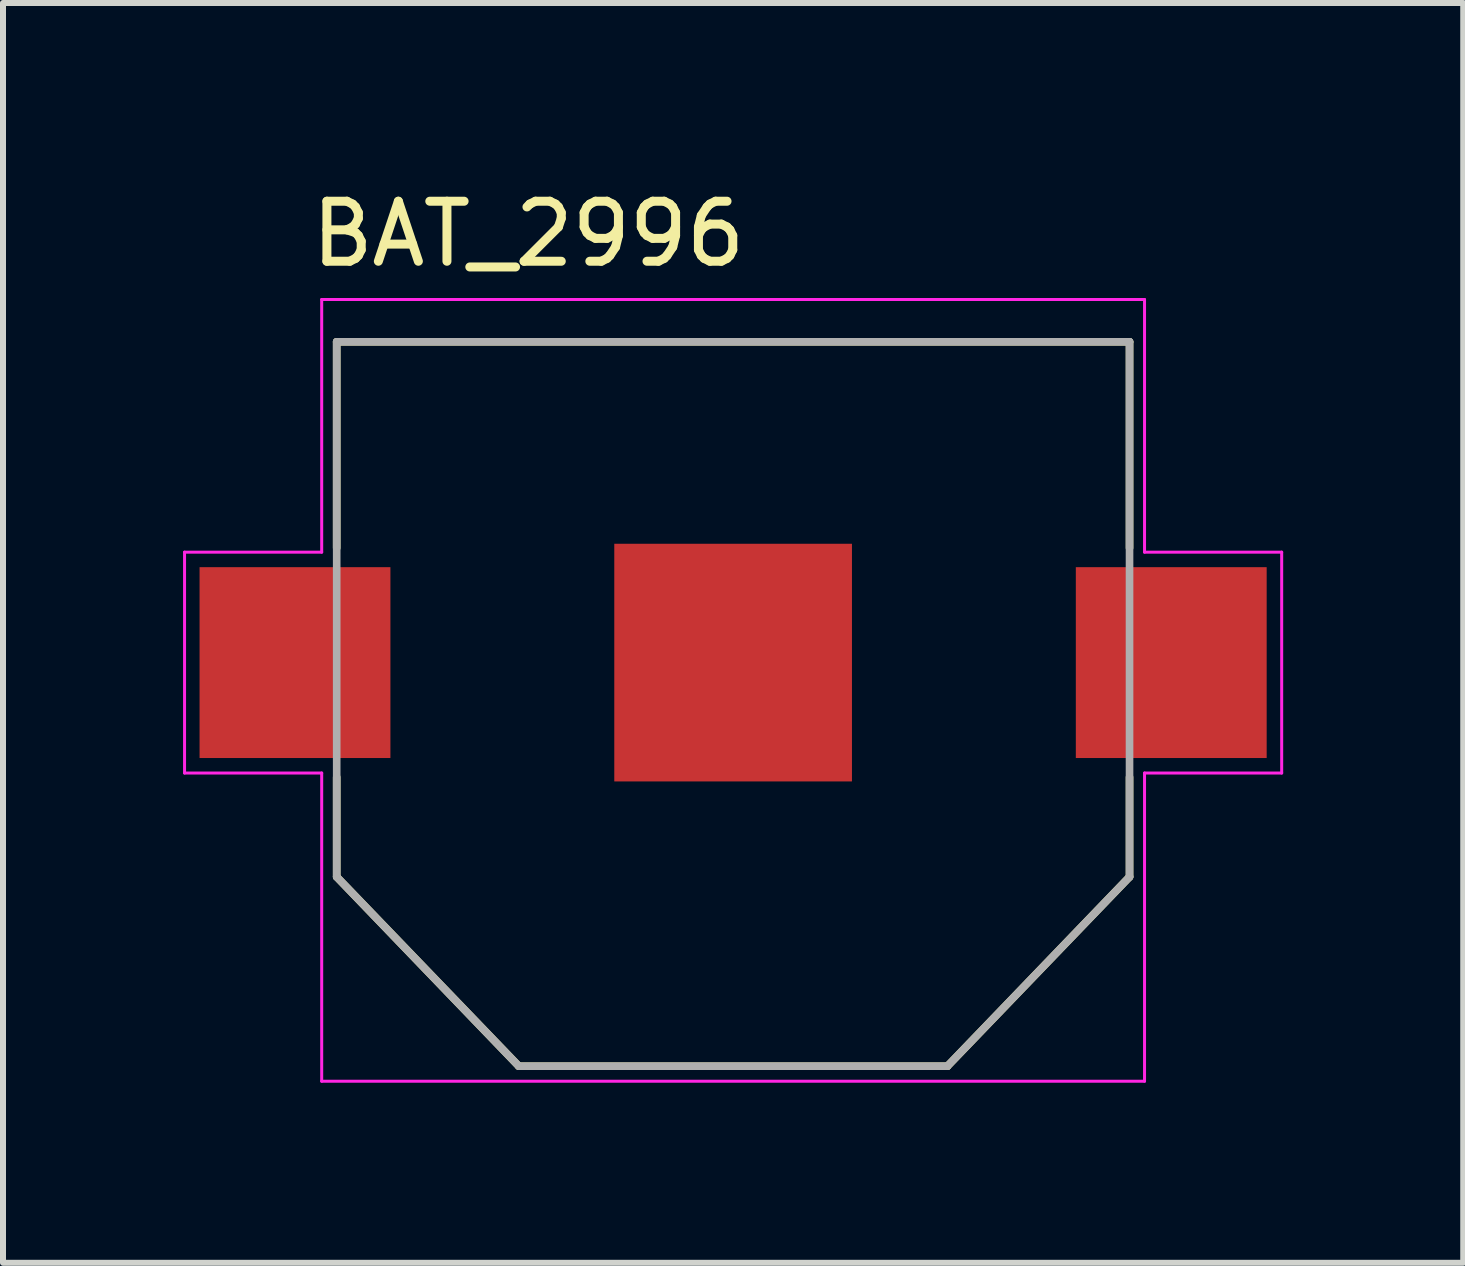
<source format=kicad_pcb>
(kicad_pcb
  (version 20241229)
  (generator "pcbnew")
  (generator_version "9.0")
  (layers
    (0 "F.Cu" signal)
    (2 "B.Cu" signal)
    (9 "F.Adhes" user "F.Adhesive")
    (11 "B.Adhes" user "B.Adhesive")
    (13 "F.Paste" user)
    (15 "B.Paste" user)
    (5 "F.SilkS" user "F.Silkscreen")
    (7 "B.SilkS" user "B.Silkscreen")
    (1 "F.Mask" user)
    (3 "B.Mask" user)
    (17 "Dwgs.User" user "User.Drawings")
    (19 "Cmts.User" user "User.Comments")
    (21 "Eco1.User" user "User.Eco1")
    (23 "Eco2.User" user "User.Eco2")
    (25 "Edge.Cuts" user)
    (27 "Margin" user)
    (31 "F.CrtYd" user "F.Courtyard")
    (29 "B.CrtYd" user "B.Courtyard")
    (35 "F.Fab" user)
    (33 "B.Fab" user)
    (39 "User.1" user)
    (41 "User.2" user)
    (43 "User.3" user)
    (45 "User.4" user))
  (footprint "BAT_2996"
    (layer "F.Cu")
    (at 9.165 7.99)
    (property "Reference" "BAT_2996" (at -3.411 -7.142 0) (layer "F.SilkS") (effects (font (size 1 1) (thickness 0.15))))
    (attr smd)
    (fp_line (start -6.605 -5.345) (end 6.605 -5.345) (stroke (width 0.127) (type solid)) (layer "F.SilkS"))
    (fp_line (start -6.605 -1.91) (end -6.605 -5.345) (stroke (width 0.127) (type solid)) (layer "F.SilkS"))
    (fp_line (start -6.605 1.91) (end -6.605 3.57) (stroke (width 0.127) (type solid)) (layer "F.SilkS"))
    (fp_line (start -6.605 3.57) (end -3.57 6.725) (stroke (width 0.127) (type solid)) (layer "F.SilkS"))
    (fp_line (start -3.57 6.725) (end 3.57 6.725) (stroke (width 0.127) (type solid)) (layer "F.SilkS"))
    (fp_line (start 3.57 6.725) (end 6.605 3.57) (stroke (width 0.127) (type solid)) (layer "F.SilkS"))
    (fp_line (start 6.605 -5.345) (end 6.605 -1.91) (stroke (width 0.127) (type solid)) (layer "F.SilkS"))
    (fp_line (start 6.605 3.57) (end 6.605 1.91) (stroke (width 0.127) (type solid)) (layer "F.SilkS"))
    (fp_line (start -9.14 -1.84) (end -9.14 1.84) (stroke (width 0.05) (type solid)) (layer "F.CrtYd"))
    (fp_line (start -9.14 1.84) (end -6.855 1.84) (stroke (width 0.05) (type solid)) (layer "F.CrtYd"))
    (fp_line (start -6.855 -6.05) (end -6.855 -1.84) (stroke (width 0.05) (type solid)) (layer "F.CrtYd"))
    (fp_line (start -6.855 -1.84) (end -9.14 -1.84) (stroke (width 0.05) (type solid)) (layer "F.CrtYd"))
    (fp_line (start -6.855 1.84) (end -6.855 6.975) (stroke (width 0.05) (type solid)) (layer "F.CrtYd"))
    (fp_line (start -6.855 6.975) (end 6.855 6.975) (stroke (width 0.05) (type solid)) (layer "F.CrtYd"))
    (fp_line (start 6.855 -6.05) (end -6.855 -6.05) (stroke (width 0.05) (type solid)) (layer "F.CrtYd"))
    (fp_line (start 6.855 -1.84) (end 6.855 -6.05) (stroke (width 0.05) (type solid)) (layer "F.CrtYd"))
    (fp_line (start 6.855 1.84) (end 9.14 1.84) (stroke (width 0.05) (type solid)) (layer "F.CrtYd"))
    (fp_line (start 6.855 6.975) (end 6.855 1.84) (stroke (width 0.05) (type solid)) (layer "F.CrtYd"))
    (fp_line (start 9.14 -1.84) (end 6.855 -1.84) (stroke (width 0.05) (type solid)) (layer "F.CrtYd"))
    (fp_line (start 9.14 1.84) (end 9.14 -1.84) (stroke (width 0.05) (type solid)) (layer "F.CrtYd"))
    (fp_line (start -6.605 -5.345) (end 6.605 -5.345) (stroke (width 0.127) (type solid)) (layer "F.Fab"))
    (fp_line (start -6.605 3.57) (end -6.605 -5.345) (stroke (width 0.127) (type solid)) (layer "F.Fab"))
    (fp_line (start -3.57 6.725) (end -6.605 3.57) (stroke (width 0.127) (type solid)) (layer "F.Fab"))
    (fp_line (start 3.57 6.725) (end -3.57 6.725) (stroke (width 0.127) (type solid)) (layer "F.Fab"))
    (fp_line (start 6.605 -5.345) (end 6.605 3.57) (stroke (width 0.127) (type solid)) (layer "F.Fab"))
    (fp_line (start 6.605 3.57) (end 3.57 6.725) (stroke (width 0.127) (type solid)) (layer "F.Fab"))
    (pad "N" smd rect (at 0 0) (size 3.96 3.96) (layers "F.Cu" "F.Mask"))
    (pad "P1" smd rect (at -7.3 0) (size 3.18 3.18) (layers "F.Cu" "F.Mask" "F.Paste"))
    (pad "P2" smd rect (at 7.3 0) (size 3.18 3.18) (layers "F.Cu" "F.Mask" "F.Paste")))
  (gr_rect
    (start -3 -3)
    (end 21.33 17.99)
    (stroke (width 0.1) (type default))
    (fill no)
    (layer "Edge.Cuts")))
</source>
